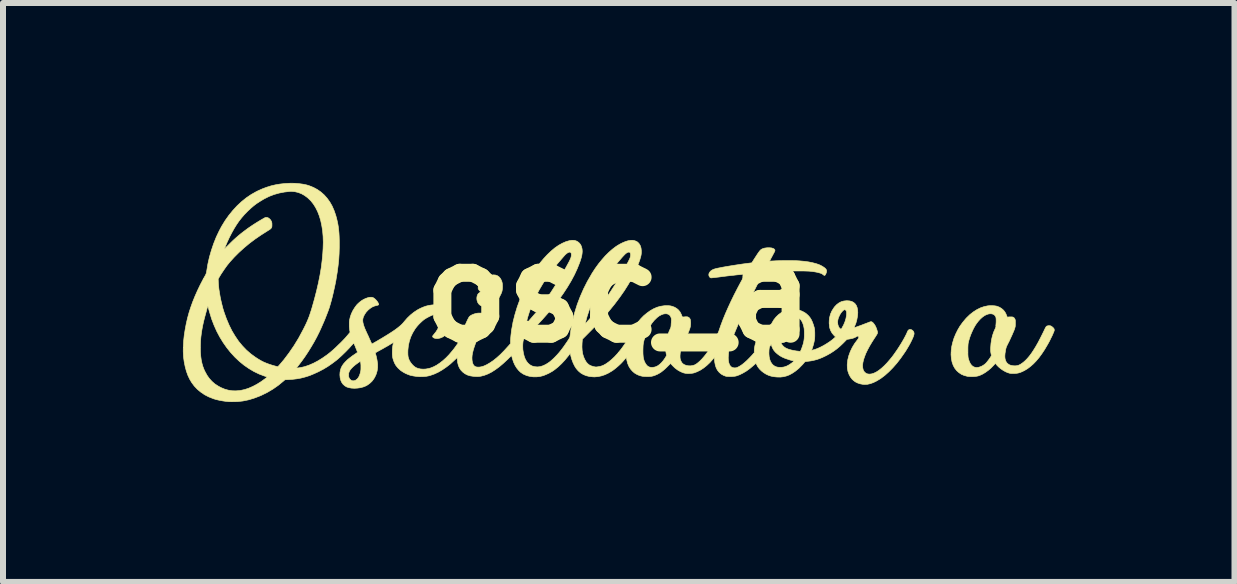
<source format=kicad_pcb>
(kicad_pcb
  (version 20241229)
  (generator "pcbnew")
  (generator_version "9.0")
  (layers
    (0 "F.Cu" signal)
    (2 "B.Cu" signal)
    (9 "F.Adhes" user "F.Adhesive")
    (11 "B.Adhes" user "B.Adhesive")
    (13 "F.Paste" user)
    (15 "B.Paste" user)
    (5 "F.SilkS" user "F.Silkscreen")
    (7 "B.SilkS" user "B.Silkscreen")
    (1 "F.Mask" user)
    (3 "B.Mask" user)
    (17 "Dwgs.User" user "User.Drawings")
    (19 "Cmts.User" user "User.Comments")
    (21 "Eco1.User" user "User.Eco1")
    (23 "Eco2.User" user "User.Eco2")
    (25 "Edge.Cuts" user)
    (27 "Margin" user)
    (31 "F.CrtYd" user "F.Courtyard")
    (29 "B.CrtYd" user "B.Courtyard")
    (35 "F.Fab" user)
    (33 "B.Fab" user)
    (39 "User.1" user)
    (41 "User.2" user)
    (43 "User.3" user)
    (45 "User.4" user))
  (footprint "osc_a"
    (layer "F.Cu")
    (at 7.265 1.825)
    (property "Reference" "osc_a" (at 0 0 0) (layer "F.SilkS") (effects (font (size 1.524 1.524) (thickness 0.3))))
    (attr through_hole)
    (fp_poly (pts (xy -2.053 -0.289) (xy -2.022 -0.278) (xy -1.996 -0.26) (xy -1.974 -0.235) (xy -1.956 -0.203) (xy -1.946 -0.176) (xy -1.942 -0.159) (xy -1.939 -0.142) (xy -1.938 -0.123) (xy -1.937 -0.098) (xy -1.937 -0.097) (xy -1.938 -0.067) (xy -1.941 -0.042) (xy -1.945 -0.019) (xy -1.953 0.003) (xy -1.96 0.022) (xy -1.986 0.073) (xy -2.015 0.118) (xy -2.047 0.156) (xy -2.082 0.188) (xy -2.12 0.212) (xy -2.159 0.229) (xy -2.2 0.238) (xy -2.203 0.238) (xy -2.217 0.238) (xy -2.235 0.237) (xy -2.247 0.236) (xy -2.281 0.228) (xy -2.31 0.214) (xy -2.333 0.193) (xy -2.35 0.167) (xy -2.361 0.134) (xy -2.363 0.124) (xy -2.365 0.093) (xy -2.36 0.061) (xy -2.349 0.033) (xy -2.348 0.032) (xy -2.337 0.017) (xy -2.321 0.006) (xy -2.32 0.006) (xy -2.27 0.006) (xy -2.27 0.006) (xy -2.269 0.012) (xy -2.268 0.022) (xy -2.268 0.026) (xy -2.266 0.047) (xy -2.258 0.067) (xy -2.245 0.084) (xy -2.229 0.096) (xy -2.211 0.101) (xy -2.21 0.101) (xy -2.203 0.1) (xy -2.191 0.095) (xy -2.181 0.091) (xy -2.161 0.079) (xy -2.139 0.061) (xy -2.118 0.039) (xy -2.1 0.017) (xy -2.088 -0.004) (xy -2.078 -0.028) (xy -2.074 -0.05) (xy -2.075 -0.069) (xy -2.08 -0.084) (xy -2.084 -0.088) (xy -2.102 -0.101) (xy -2.122 -0.105) (xy -2.144 -0.102) (xy -2.162 -0.093) (xy -2.171 -0.087) (xy -2.184 -0.076) (xy -2.2 -0.064) (xy -2.216 -0.049) (xy -2.232 -0.035) (xy -2.246 -0.021) (xy -2.259 -0.009) (xy -2.267 0.000458) (xy -2.27 0.006) (xy -2.32 0.006) (xy -2.318 0.004) (xy -2.296 -0.006) (xy -2.313 -0.021) (xy -2.325 -0.034) (xy -2.335 -0.049) (xy -2.338 -0.054) (xy -2.342 -0.065) (xy -2.344 -0.074) (xy -2.342 -0.084) (xy -2.339 -0.095) (xy -2.329 -0.121) (xy -2.312 -0.148) (xy -2.29 -0.177) (xy -2.265 -0.205) (xy -2.237 -0.23) (xy -2.208 -0.251) (xy -2.198 -0.258) (xy -2.159 -0.277) (xy -2.122 -0.289) (xy -2.087 -0.292) (xy -2.053 -0.289)) (stroke (width 0.01) (type solid)) (fill yes) (layer "F.SilkS"))
    (fp_poly (pts (xy 6.241 0.222) (xy 6.27 0.224) (xy 6.295 0.228) (xy 6.308 0.231) (xy 6.349 0.247) (xy 6.386 0.27) (xy 6.418 0.298) (xy 6.441 0.328) (xy 6.448 0.341) (xy 6.457 0.357) (xy 6.464 0.375) (xy 6.471 0.391) (xy 6.476 0.404) (xy 6.477 0.41) (xy 6.481 0.413) (xy 6.489 0.412) (xy 6.498 0.41) (xy 6.513 0.409) (xy 6.531 0.409) (xy 6.537 0.409) (xy 6.56 0.409) (xy 6.577 0.413) (xy 6.589 0.42) (xy 6.599 0.431) (xy 6.606 0.443) (xy 6.61 0.451) (xy 6.612 0.46) (xy 6.614 0.471) (xy 6.614 0.487) (xy 6.614 0.509) (xy 6.614 0.514) (xy 6.614 0.538) (xy 6.613 0.556) (xy 6.612 0.571) (xy 6.608 0.585) (xy 6.604 0.601) (xy 6.601 0.61) (xy 6.594 0.628) (xy 6.585 0.651) (xy 6.572 0.68) (xy 6.559 0.711) (xy 6.543 0.745) (xy 6.528 0.778) (xy 6.513 0.811) (xy 6.498 0.84) (xy 6.485 0.866) (xy 6.482 0.872) (xy 6.473 0.89) (xy 6.466 0.905) (xy 6.461 0.921) (xy 6.456 0.939) (xy 6.451 0.962) (xy 6.45 0.971) (xy 6.442 1.019) (xy 6.439 1.061) (xy 6.441 1.097) (xy 6.448 1.128) (xy 6.459 1.154) (xy 6.475 1.177) (xy 6.488 1.189) (xy 6.508 1.204) (xy 6.532 1.214) (xy 6.561 1.221) (xy 6.576 1.223) (xy 6.61 1.225) (xy 6.641 1.222) (xy 6.67 1.214) (xy 6.7 1.199) (xy 6.732 1.177) (xy 6.747 1.166) (xy 6.78 1.137) (xy 6.814 1.102) (xy 6.849 1.061) (xy 6.884 1.014) (xy 6.919 0.961) (xy 6.956 0.901) (xy 6.994 0.834) (xy 7.033 0.759) (xy 7.074 0.677) (xy 7.103 0.617) (xy 7.112 0.598) (xy 7.121 0.582) (xy 7.128 0.571) (xy 7.133 0.565) (xy 7.144 0.56) (xy 7.161 0.556) (xy 7.179 0.555) (xy 7.196 0.557) (xy 7.202 0.558) (xy 7.218 0.566) (xy 7.234 0.579) (xy 7.249 0.593) (xy 7.259 0.606) (xy 7.263 0.624) (xy 7.263 0.635) (xy 7.26 0.645) (xy 7.254 0.661) (xy 7.245 0.682) (xy 7.234 0.708) (xy 7.221 0.736) (xy 7.206 0.765) (xy 7.192 0.795) (xy 7.177 0.824) (xy 7.162 0.851) (xy 7.15 0.872) (xy 7.103 0.952) (xy 7.056 1.023) (xy 7.009 1.087) (xy 6.962 1.143) (xy 6.915 1.192) (xy 6.866 1.235) (xy 6.817 1.272) (xy 6.766 1.303) (xy 6.735 1.318) (xy 6.701 1.333) (xy 6.669 1.343) (xy 6.638 1.349) (xy 6.603 1.352) (xy 6.579 1.352) (xy 6.555 1.352) (xy 6.537 1.351) (xy 6.523 1.349) (xy 6.509 1.345) (xy 6.493 1.34) (xy 6.488 1.339) (xy 6.449 1.322) (xy 6.41 1.3) (xy 6.372 1.274) (xy 6.337 1.245) (xy 6.308 1.216) (xy 6.303 1.209) (xy 6.293 1.197) (xy 6.286 1.189) (xy 6.282 1.185) (xy 6.282 1.185) (xy 6.278 1.188) (xy 6.27 1.196) (xy 6.259 1.208) (xy 6.248 1.22) (xy 6.206 1.263) (xy 6.161 1.301) (xy 6.114 1.335) (xy 6.067 1.363) (xy 6.021 1.384) (xy 5.994 1.393) (xy 5.97 1.398) (xy 5.941 1.402) (xy 5.909 1.404) (xy 5.875 1.404) (xy 5.844 1.403) (xy 5.817 1.4) (xy 5.812 1.399) (xy 5.76 1.385) (xy 5.713 1.365) (xy 5.672 1.337) (xy 5.635 1.304) (xy 5.604 1.264) (xy 5.579 1.219) (xy 5.561 1.168) (xy 5.558 1.158) (xy 5.547 1.098) (xy 5.542 1.035) (xy 5.545 0.972) (xy 5.823 0.972) (xy 5.823 1.004) (xy 5.823 1.03) (xy 5.824 1.05) (xy 5.825 1.066) (xy 5.826 1.079) (xy 5.828 1.091) (xy 5.831 1.103) (xy 5.833 1.111) (xy 5.847 1.153) (xy 5.864 1.188) (xy 5.885 1.216) (xy 5.909 1.236) (xy 5.937 1.248) (xy 5.965 1.253) (xy 5.975 1.252) (xy 5.99 1.25) (xy 6.001 1.249) (xy 6.03 1.24) (xy 6.06 1.227) (xy 6.089 1.209) (xy 6.11 1.193) (xy 6.125 1.179) (xy 6.142 1.159) (xy 6.161 1.135) (xy 6.179 1.111) (xy 6.195 1.088) (xy 6.204 1.074) (xy 6.215 1.053) (xy 6.208 1.018) (xy 6.205 1.001) (xy 6.203 0.984) (xy 6.202 0.966) (xy 6.202 0.942) (xy 6.203 0.918) (xy 6.208 0.851) (xy 6.218 0.784) (xy 6.233 0.721) (xy 6.253 0.661) (xy 6.276 0.609) (xy 6.283 0.593) (xy 6.288 0.58) (xy 6.291 0.571) (xy 6.29 0.569) (xy 6.289 0.563) (xy 6.289 0.551) (xy 6.291 0.536) (xy 6.291 0.531) (xy 6.293 0.511) (xy 6.294 0.486) (xy 6.294 0.462) (xy 6.294 0.457) (xy 6.293 0.437) (xy 6.291 0.423) (xy 6.289 0.412) (xy 6.284 0.402) (xy 6.28 0.396) (xy 6.265 0.377) (xy 6.245 0.364) (xy 6.22 0.358) (xy 6.207 0.356) (xy 6.174 0.358) (xy 6.14 0.368) (xy 6.104 0.385) (xy 6.068 0.41) (xy 6.033 0.441) (xy 5.998 0.479) (xy 5.967 0.519) (xy 5.942 0.557) (xy 5.917 0.602) (xy 5.894 0.651) (xy 5.872 0.702) (xy 5.853 0.754) (xy 5.838 0.805) (xy 5.831 0.834) (xy 5.828 0.848) (xy 5.826 0.862) (xy 5.825 0.878) (xy 5.824 0.898) (xy 5.823 0.923) (xy 5.823 0.955) (xy 5.823 0.972) (xy 5.545 0.972) (xy 5.545 0.969) (xy 5.554 0.901) (xy 5.57 0.833) (xy 5.591 0.764) (xy 5.619 0.696) (xy 5.652 0.629) (xy 5.69 0.564) (xy 5.734 0.503) (xy 5.782 0.445) (xy 5.802 0.423) (xy 5.858 0.369) (xy 5.916 0.324) (xy 5.974 0.287) (xy 6.033 0.258) (xy 6.094 0.237) (xy 6.155 0.224) (xy 6.181 0.222) (xy 6.211 0.221) (xy 6.241 0.222)) (stroke (width 0.01) (type solid)) (fill yes) (layer "F.SilkS"))
    (fp_poly (pts (xy -5.399 -1.819) (xy -5.329 -1.813) (xy -5.262 -1.804) (xy -5.2 -1.791) (xy -5.159 -1.778) (xy -5.089 -1.75) (xy -5.024 -1.715) (xy -4.964 -1.673) (xy -4.91 -1.625) (xy -4.861 -1.57) (xy -4.817 -1.509) (xy -4.778 -1.441) (xy -4.745 -1.366) (xy -4.717 -1.285) (xy -4.704 -1.238) (xy -4.692 -1.188) (xy -4.682 -1.14) (xy -4.674 -1.092) (xy -4.668 -1.042) (xy -4.663 -0.988) (xy -4.66 -0.93) (xy -4.658 -0.866) (xy -4.658 -0.849) (xy -4.658 -0.746) (xy -4.661 -0.645) (xy -4.667 -0.545) (xy -4.678 -0.443) (xy -4.692 -0.338) (xy -4.71 -0.228) (xy -4.714 -0.201) (xy -4.724 -0.151) (xy -4.735 -0.097) (xy -4.748 -0.039) (xy -4.761 0.019) (xy -4.775 0.077) (xy -4.789 0.132) (xy -4.803 0.182) (xy -4.816 0.226) (xy -4.816 0.229) (xy -4.827 0.262) (xy -4.841 0.302) (xy -4.858 0.346) (xy -4.877 0.395) (xy -4.897 0.446) (xy -4.919 0.498) (xy -4.942 0.55) (xy -4.964 0.6) (xy -4.986 0.648) (xy -4.993 0.663) (xy -5.034 0.745) (xy -5.079 0.828) (xy -5.128 0.911) (xy -5.178 0.992) (xy -5.229 1.069) (xy -5.281 1.142) (xy -5.331 1.208) (xy -5.34 1.219) (xy -5.352 1.235) (xy -5.362 1.247) (xy -5.367 1.257) (xy -5.368 1.261) (xy -5.368 1.261) (xy -5.361 1.261) (xy -5.347 1.26) (xy -5.328 1.257) (xy -5.306 1.253) (xy -5.283 1.249) (xy -5.261 1.244) (xy -5.24 1.239) (xy -5.229 1.236) (xy -5.159 1.212) (xy -5.086 1.18) (xy -5.012 1.141) (xy -4.938 1.095) (xy -4.865 1.044) (xy -4.826 1.014) (xy -4.791 0.985) (xy -4.753 0.952) (xy -4.713 0.915) (xy -4.673 0.876) (xy -4.632 0.837) (xy -4.594 0.798) (xy -4.559 0.761) (xy -4.529 0.726) (xy -4.511 0.705) (xy -4.478 0.665) (xy -4.485 0.628) (xy -4.488 0.601) (xy -4.491 0.569) (xy -4.491 0.535) (xy -4.491 0.502) (xy -4.489 0.473) (xy -4.487 0.461) (xy -4.475 0.41) (xy -4.457 0.357) (xy -4.432 0.305) (xy -4.402 0.256) (xy -4.369 0.211) (xy -4.354 0.195) (xy -4.324 0.167) (xy -4.291 0.141) (xy -4.256 0.119) (xy -4.22 0.102) (xy -4.186 0.09) (xy -4.153 0.082) (xy -4.123 0.081) (xy -4.104 0.084) (xy -4.086 0.092) (xy -4.067 0.106) (xy -4.047 0.125) (xy -4.029 0.146) (xy -4.014 0.167) (xy -4.005 0.187) (xy -4.001 0.198) (xy -4.001 0.204) (xy -4.004 0.208) (xy -4.006 0.209) (xy -4.015 0.213) (xy -4.028 0.217) (xy -4.033 0.218) (xy -4.072 0.228) (xy -4.111 0.245) (xy -4.147 0.269) (xy -4.181 0.298) (xy -4.211 0.331) (xy -4.236 0.368) (xy -4.255 0.406) (xy -4.261 0.425) (xy -4.266 0.448) (xy -4.267 0.473) (xy -4.264 0.5) (xy -4.257 0.531) (xy -4.246 0.566) (xy -4.231 0.605) (xy -4.211 0.651) (xy -4.207 0.658) (xy -4.195 0.686) (xy -4.18 0.717) (xy -4.165 0.75) (xy -4.152 0.781) (xy -4.147 0.79) (xy -4.137 0.813) (xy -4.129 0.832) (xy -4.121 0.847) (xy -4.116 0.856) (xy -4.114 0.859) (xy -4.109 0.857) (xy -4.098 0.851) (xy -4.082 0.842) (xy -4.061 0.83) (xy -4.036 0.816) (xy -4.009 0.8) (xy -3.981 0.783) (xy -3.951 0.766) (xy -3.922 0.748) (xy -3.894 0.731) (xy -3.868 0.715) (xy -3.866 0.714) (xy -3.812 0.68) (xy -3.766 0.65) (xy -3.725 0.622) (xy -3.69 0.596) (xy -3.66 0.572) (xy -3.633 0.549) (xy -3.609 0.526) (xy -3.588 0.503) (xy -3.576 0.488) (xy -3.525 0.429) (xy -3.471 0.377) (xy -3.415 0.332) (xy -3.356 0.293) (xy -3.31 0.268) (xy -3.262 0.247) (xy -3.216 0.23) (xy -3.168 0.218) (xy -3.116 0.21) (xy -3.09 0.208) (xy -3.04 0.205) (xy -2.996 0.208) (xy -2.958 0.216) (xy -2.925 0.23) (xy -2.895 0.249) (xy -2.878 0.265) (xy -2.85 0.299) (xy -2.829 0.339) (xy -2.814 0.382) (xy -2.805 0.43) (xy -2.803 0.479) (xy -2.807 0.53) (xy -2.818 0.583) (xy -2.825 0.605) (xy -2.843 0.649) (xy -2.866 0.686) (xy -2.894 0.716) (xy -2.927 0.74) (xy -2.966 0.758) (xy -2.988 0.764) (xy -3.013 0.769) (xy -3.037 0.769) (xy -3.058 0.767) (xy -3.077 0.761) (xy -3.091 0.753) (xy -3.1 0.743) (xy -3.102 0.731) (xy -3.101 0.728) (xy -3.097 0.721) (xy -3.089 0.711) (xy -3.078 0.698) (xy -3.076 0.695) (xy -3.045 0.656) (xy -3.02 0.616) (xy -3.001 0.575) (xy -2.988 0.534) (xy -2.981 0.494) (xy -2.981 0.456) (xy -2.987 0.427) (xy -2.997 0.401) (xy -3.011 0.382) (xy -3.027 0.369) (xy -3.045 0.363) (xy -3.052 0.363) (xy -3.07 0.367) (xy -3.093 0.374) (xy -3.12 0.385) (xy -3.149 0.398) (xy -3.178 0.413) (xy -3.207 0.429) (xy -3.233 0.445) (xy -3.25 0.457) (xy -3.276 0.479) (xy -3.305 0.506) (xy -3.335 0.536) (xy -3.362 0.567) (xy -3.385 0.596) (xy -3.395 0.61) (xy -3.435 0.676) (xy -3.467 0.744) (xy -3.49 0.814) (xy -3.506 0.886) (xy -3.514 0.962) (xy -3.515 1.001) (xy -3.514 1.041) (xy -3.51 1.076) (xy -3.501 1.107) (xy -3.488 1.138) (xy -3.477 1.156) (xy -3.459 1.182) (xy -3.437 1.208) (xy -3.413 1.231) (xy -3.388 1.249) (xy -3.38 1.254) (xy -3.345 1.268) (xy -3.305 1.277) (xy -3.261 1.28) (xy -3.215 1.278) (xy -3.168 1.269) (xy -3.137 1.261) (xy -3.087 1.241) (xy -3.035 1.214) (xy -2.983 1.179) (xy -2.93 1.138) (xy -2.877 1.09) (xy -2.826 1.037) (xy -2.776 0.978) (xy -2.747 0.942) (xy -2.721 0.907) (xy -2.7 0.877) (xy -2.682 0.852) (xy -2.669 0.831) (xy -2.658 0.812) (xy -2.65 0.795) (xy -2.643 0.78) (xy -2.639 0.767) (xy -2.628 0.73) (xy -2.614 0.691) (xy -2.6 0.65) (xy -2.585 0.61) (xy -2.569 0.57) (xy -2.553 0.532) (xy -2.537 0.496) (xy -2.523 0.465) (xy -2.509 0.438) (xy -2.498 0.417) (xy -2.488 0.403) (xy -2.486 0.401) (xy -2.47 0.388) (xy -2.447 0.375) (xy -2.418 0.363) (xy -2.394 0.355) (xy -2.378 0.351) (xy -2.363 0.348) (xy -2.347 0.346) (xy -2.327 0.345) (xy -2.301 0.345) (xy -2.299 0.345) (xy -2.268 0.345) (xy -2.245 0.347) (xy -2.228 0.349) (xy -2.215 0.354) (xy -2.204 0.36) (xy -2.197 0.366) (xy -2.191 0.373) (xy -2.189 0.38) (xy -2.19 0.389) (xy -2.192 0.399) (xy -2.195 0.412) (xy -2.203 0.432) (xy -2.213 0.458) (xy -2.228 0.492) (xy -2.246 0.532) (xy -2.267 0.58) (xy -2.293 0.636) (xy -2.307 0.667) (xy -2.34 0.738) (xy -2.368 0.803) (xy -2.391 0.862) (xy -2.41 0.916) (xy -2.425 0.965) (xy -2.436 1.009) (xy -2.443 1.049) (xy -2.446 1.086) (xy -2.445 1.12) (xy -2.443 1.141) (xy -2.436 1.176) (xy -2.425 1.203) (xy -2.409 1.224) (xy -2.389 1.238) (xy -2.364 1.245) (xy -2.334 1.246) (xy -2.317 1.245) (xy -2.292 1.241) (xy -2.27 1.235) (xy -2.248 1.228) (xy -2.224 1.217) (xy -2.2 1.206) (xy -2.145 1.174) (xy -2.089 1.136) (xy -2.032 1.09) (xy -1.972 1.036) (xy -1.911 0.974) (xy -1.847 0.904) (xy -1.836 0.892) (xy -1.803 0.854) (xy -1.803 0.824) (xy -1.803 0.805) (xy -1.801 0.779) (xy -1.799 0.749) (xy -1.796 0.716) (xy -1.792 0.683) (xy -1.789 0.652) (xy -1.785 0.624) (xy -1.766 0.524) (xy -1.545 0.524) (xy -1.545 0.525) (xy -1.543 0.524) (xy -1.539 0.52) (xy -1.532 0.512) (xy -1.521 0.501) (xy -1.506 0.485) (xy -1.487 0.463) (xy -1.484 0.459) (xy -1.392 0.353) (xy -1.302 0.24) (xy -1.213 0.12) (xy -1.126 -0.007) (xy -1.039 -0.142) (xy -0.953 -0.285) (xy -0.877 -0.419) (xy -0.855 -0.459) (xy -0.837 -0.492) (xy -0.822 -0.52) (xy -0.811 -0.544) (xy -0.802 -0.563) (xy -0.796 -0.58) (xy -0.792 -0.594) (xy -0.79 -0.608) (xy -0.788 -0.619) (xy -0.789 -0.642) (xy -0.794 -0.659) (xy -0.804 -0.669) (xy -0.817 -0.672) (xy -0.834 -0.668) (xy -0.855 -0.657) (xy -0.878 -0.639) (xy -0.888 -0.63) (xy -0.898 -0.62) (xy -0.912 -0.604) (xy -0.93 -0.583) (xy -0.951 -0.559) (xy -0.974 -0.532) (xy -0.999 -0.503) (xy -1.024 -0.474) (xy -1.048 -0.444) (xy -1.072 -0.415) (xy -1.094 -0.389) (xy -1.113 -0.365) (xy -1.128 -0.345) (xy -1.133 -0.339) (xy -1.202 -0.242) (xy -1.266 -0.142) (xy -1.326 -0.04) (xy -1.38 0.064) (xy -1.428 0.168) (xy -1.469 0.271) (xy -1.488 0.323) (xy -1.494 0.343) (xy -1.502 0.367) (xy -1.51 0.393) (xy -1.518 0.42) (xy -1.525 0.447) (xy -1.532 0.472) (xy -1.538 0.493) (xy -1.542 0.51) (xy -1.545 0.521) (xy -1.545 0.524) (xy -1.766 0.524) (xy -1.762 0.498) (xy -1.73 0.371) (xy -1.691 0.242) (xy -1.644 0.113) (xy -1.589 -0.016) (xy -1.552 -0.095) (xy -1.504 -0.188) (xy -1.456 -0.274) (xy -1.408 -0.353) (xy -1.359 -0.426) (xy -1.307 -0.495) (xy -1.253 -0.56) (xy -1.196 -0.622) (xy -1.186 -0.632) (xy -1.124 -0.691) (xy -1.063 -0.742) (xy -1.001 -0.785) (xy -0.94 -0.819) (xy -0.878 -0.846) (xy -0.864 -0.85) (xy -0.819 -0.863) (xy -0.779 -0.869) (xy -0.743 -0.868) (xy -0.71 -0.859) (xy -0.681 -0.844) (xy -0.655 -0.822) (xy -0.652 -0.819) (xy -0.634 -0.795) (xy -0.621 -0.767) (xy -0.612 -0.735) (xy -0.609 -0.716) (xy -0.607 -0.686) (xy -0.609 -0.654) (xy -0.614 -0.619) (xy -0.623 -0.581) (xy -0.636 -0.537) (xy -0.65 -0.497) (xy -0.69 -0.397) (xy -0.737 -0.295) (xy -0.792 -0.192) (xy -0.854 -0.088) (xy -0.924 0.019) (xy -1.001 0.127) (xy -1.087 0.236) (xy -1.18 0.348) (xy -1.281 0.462) (xy -1.39 0.578) (xy -1.488 0.677) (xy -1.511 0.7) (xy -1.532 0.722) (xy -1.551 0.742) (xy -1.566 0.759) (xy -1.578 0.772) (xy -1.584 0.78) (xy -1.584 0.781) (xy -1.589 0.796) (xy -1.594 0.818) (xy -1.597 0.845) (xy -1.599 0.875) (xy -1.599 0.906) (xy -1.598 0.938) (xy -1.597 0.956) (xy -1.588 1.013) (xy -1.575 1.064) (xy -1.558 1.11) (xy -1.536 1.149) (xy -1.51 1.181) (xy -1.48 1.207) (xy -1.446 1.226) (xy -1.441 1.228) (xy -1.398 1.239) (xy -1.354 1.243) (xy -1.309 1.238) (xy -1.264 1.224) (xy -1.218 1.203) (xy -1.208 1.197) (xy -1.176 1.177) (xy -1.145 1.155) (xy -1.116 1.13) (xy -1.085 1.102) (xy -1.06 1.077) (xy -1.023 1.038) (xy -0.988 0.998) (xy -0.953 0.954) (xy -0.917 0.906) (xy -0.879 0.851) (xy -0.866 0.833) (xy -0.849 0.807) (xy -0.836 0.787) (xy -0.826 0.771) (xy -0.82 0.759) (xy -0.815 0.75) (xy -0.813 0.742) (xy -0.811 0.733) (xy -0.811 0.729) (xy -0.793 0.598) (xy -0.778 0.521) (xy -0.557 0.521) (xy -0.555 0.521) (xy -0.551 0.517) (xy -0.544 0.51) (xy -0.533 0.499) (xy -0.519 0.483) (xy -0.5 0.462) (xy -0.477 0.435) (xy -0.464 0.421) (xy -0.416 0.366) (xy -0.37 0.311) (xy -0.326 0.255) (xy -0.282 0.197) (xy -0.237 0.135) (xy -0.191 0.07) (xy -0.143 -0.001) (xy -0.109 -0.053) (xy -0.082 -0.095) (xy -0.054 -0.139) (xy -0.026 -0.186) (xy 0.003 -0.233) (xy 0.031 -0.28) (xy 0.058 -0.327) (xy 0.084 -0.373) (xy 0.109 -0.416) (xy 0.131 -0.457) (xy 0.15 -0.493) (xy 0.167 -0.526) (xy 0.18 -0.552) (xy 0.189 -0.573) (xy 0.191 -0.58) (xy 0.197 -0.602) (xy 0.199 -0.624) (xy 0.198 -0.644) (xy 0.193 -0.658) (xy 0.19 -0.663) (xy 0.18 -0.671) (xy 0.169 -0.672) (xy 0.155 -0.669) (xy 0.145 -0.665) (xy 0.135 -0.659) (xy 0.123 -0.651) (xy 0.11 -0.64) (xy 0.095 -0.625) (xy 0.077 -0.606) (xy 0.055 -0.582) (xy 0.03 -0.553) (xy 0.000036 -0.518) (xy -0.01 -0.506) (xy -0.063 -0.442) (xy -0.11 -0.383) (xy -0.153 -0.328) (xy -0.192 -0.275) (xy -0.228 -0.223) (xy -0.262 -0.171) (xy -0.294 -0.118) (xy -0.326 -0.063) (xy -0.34 -0.039) (xy -0.397 0.071) (xy -0.446 0.18) (xy -0.489 0.289) (xy -0.526 0.4) (xy -0.556 0.515) (xy -0.557 0.519) (xy -0.557 0.521) (xy -0.778 0.521) (xy -0.767 0.466) (xy -0.732 0.333) (xy -0.691 0.202) (xy -0.641 0.071) (xy -0.585 -0.057) (xy -0.522 -0.182) (xy -0.451 -0.305) (xy -0.443 -0.319) (xy -0.391 -0.399) (xy -0.336 -0.475) (xy -0.279 -0.545) (xy -0.222 -0.61) (xy -0.163 -0.668) (xy -0.104 -0.72) (xy -0.046 -0.764) (xy -0.017 -0.783) (xy 0.028 -0.809) (xy 0.073 -0.831) (xy 0.117 -0.849) (xy 0.158 -0.861) (xy 0.196 -0.868) (xy 0.23 -0.869) (xy 0.241 -0.868) (xy 0.263 -0.863) (xy 0.286 -0.855) (xy 0.306 -0.845) (xy 0.32 -0.835) (xy 0.344 -0.808) (xy 0.362 -0.776) (xy 0.373 -0.739) (xy 0.378 -0.696) (xy 0.378 -0.684) (xy 0.378 -0.659) (xy 0.376 -0.636) (xy 0.372 -0.613) (xy 0.366 -0.589) (xy 0.357 -0.559) (xy 0.353 -0.544) (xy 0.317 -0.445) (xy 0.273 -0.344) (xy 0.222 -0.24) (xy 0.162 -0.135) (xy 0.094 -0.027) (xy 0.017 0.083) (xy -0.067 0.195) (xy -0.16 0.309) (xy -0.26 0.425) (xy -0.306 0.476) (xy -0.32 0.491) (xy -0.338 0.51) (xy -0.361 0.534) (xy -0.387 0.56) (xy -0.414 0.588) (xy -0.443 0.618) (xy -0.473 0.648) (xy -0.479 0.654) (xy -0.605 0.781) (xy -0.61 0.845) (xy -0.612 0.908) (xy -0.609 0.966) (xy -0.601 1.02) (xy -0.586 1.071) (xy -0.567 1.115) (xy -0.545 1.154) (xy -0.52 1.185) (xy -0.491 1.209) (xy -0.456 1.226) (xy -0.416 1.238) (xy -0.411 1.239) (xy -0.394 1.242) (xy -0.38 1.244) (xy -0.366 1.243) (xy -0.35 1.241) (xy -0.338 1.239) (xy -0.305 1.233) (xy -0.277 1.224) (xy -0.25 1.213) (xy -0.221 1.196) (xy -0.214 1.193) (xy -0.167 1.16) (xy -0.119 1.121) (xy -0.07 1.075) (xy -0.021 1.022) (xy 0.026 0.965) (xy 0.405 0.965) (xy 0.405 1.002) (xy 0.406 1.032) (xy 0.408 1.057) (xy 0.41 1.079) (xy 0.414 1.099) (xy 0.419 1.12) (xy 0.423 1.134) (xy 0.433 1.159) (xy 0.447 1.185) (xy 0.463 1.208) (xy 0.48 1.227) (xy 0.484 1.229) (xy 0.507 1.243) (xy 0.535 1.25) (xy 0.567 1.251) (xy 0.6 1.245) (xy 0.615 1.241) (xy 0.648 1.226) (xy 0.681 1.203) (xy 0.713 1.173) (xy 0.744 1.137) (xy 0.773 1.096) (xy 0.788 1.071) (xy 0.799 1.052) (xy 0.791 1.014) (xy 0.786 0.979) (xy 0.785 0.937) (xy 0.787 0.892) (xy 0.792 0.843) (xy 0.8 0.794) (xy 0.811 0.744) (xy 0.824 0.697) (xy 0.84 0.653) (xy 0.856 0.616) (xy 0.865 0.596) (xy 0.871 0.58) (xy 0.873 0.564) (xy 0.874 0.557) (xy 0.875 0.541) (xy 0.876 0.52) (xy 0.878 0.498) (xy 0.878 0.489) (xy 0.88 0.467) (xy 0.88 0.45) (xy 0.878 0.436) (xy 0.875 0.422) (xy 0.874 0.421) (xy 0.863 0.396) (xy 0.847 0.377) (xy 0.826 0.364) (xy 0.802 0.357) (xy 0.775 0.356) (xy 0.745 0.361) (xy 0.713 0.373) (xy 0.68 0.39) (xy 0.647 0.414) (xy 0.637 0.423) (xy 0.593 0.466) (xy 0.553 0.516) (xy 0.516 0.573) (xy 0.483 0.636) (xy 0.454 0.704) (xy 0.442 0.738) (xy 0.43 0.775) (xy 0.421 0.807) (xy 0.415 0.835) (xy 0.41 0.862) (xy 0.407 0.891) (xy 0.406 0.923) (xy 0.405 0.961) (xy 0.405 0.965) (xy 0.026 0.965) (xy 0.026 0.965) (xy 0.028 0.963) (xy 0.059 0.922) (xy 0.09 0.878) (xy 0.121 0.832) (xy 0.15 0.786) (xy 0.176 0.743) (xy 0.198 0.703) (xy 0.209 0.682) (xy 0.247 0.611) (xy 0.286 0.546) (xy 0.327 0.489) (xy 0.371 0.437) (xy 0.418 0.389) (xy 0.47 0.346) (xy 0.524 0.307) (xy 0.581 0.274) (xy 0.638 0.249) (xy 0.696 0.232) (xy 0.757 0.223) (xy 0.779 0.221) (xy 0.821 0.221) (xy 0.858 0.224) (xy 0.892 0.232) (xy 0.924 0.244) (xy 0.932 0.247) (xy 0.969 0.269) (xy 0.999 0.295) (xy 1.024 0.327) (xy 1.044 0.366) (xy 1.05 0.381) (xy 1.057 0.398) (xy 1.063 0.409) (xy 1.068 0.411) (xy 1.074 0.41) (xy 1.087 0.409) (xy 1.103 0.408) (xy 1.11 0.407) (xy 1.128 0.407) (xy 1.141 0.407) (xy 1.151 0.409) (xy 1.16 0.413) (xy 1.164 0.415) (xy 1.178 0.425) (xy 1.188 0.438) (xy 1.195 0.454) (xy 1.198 0.476) (xy 1.2 0.504) (xy 1.2 0.512) (xy 1.199 0.538) (xy 1.197 0.558) (xy 1.194 0.577) (xy 1.188 0.597) (xy 1.188 0.599) (xy 1.18 0.621) (xy 1.17 0.649) (xy 1.156 0.681) (xy 1.14 0.718) (xy 1.122 0.756) (xy 1.104 0.796) (xy 1.084 0.835) (xy 1.079 0.845) (xy 1.064 0.874) (xy 1.053 0.899) (xy 1.045 0.921) (xy 1.038 0.944) (xy 1.033 0.969) (xy 1.029 0.999) (xy 1.026 1.016) (xy 1.023 1.058) (xy 1.024 1.095) (xy 1.031 1.127) (xy 1.044 1.155) (xy 1.058 1.177) (xy 1.078 1.195) (xy 1.103 1.209) (xy 1.133 1.219) (xy 1.165 1.224) (xy 1.199 1.225) (xy 1.232 1.22) (xy 1.264 1.211) (xy 1.267 1.209) (xy 1.293 1.195) (xy 1.322 1.173) (xy 1.353 1.146) (xy 1.385 1.114) (xy 1.417 1.078) (xy 1.449 1.039) (xy 1.48 0.997) (xy 1.497 0.971) (xy 1.515 0.943) (xy 1.534 0.91) (xy 1.554 0.875) (xy 1.575 0.838) (xy 1.595 0.8) (xy 1.615 0.763) (xy 1.633 0.728) (xy 1.648 0.696) (xy 1.661 0.668) (xy 1.671 0.645) (xy 1.674 0.635) (xy 1.704 0.548) (xy 1.739 0.455) (xy 1.779 0.357) (xy 1.824 0.255) (xy 1.872 0.151) (xy 1.924 0.044) (xy 1.98 -0.065) (xy 2.038 -0.174) (xy 2.067 -0.226) (xy 2.079 -0.249) (xy 2.09 -0.269) (xy 2.099 -0.285) (xy 2.105 -0.297) (xy 2.107 -0.303) (xy 2.107 -0.303) (xy 2.102 -0.304) (xy 2.09 -0.303) (xy 2.07 -0.302) (xy 2.045 -0.299) (xy 2.016 -0.296) (xy 1.981 -0.293) (xy 1.944 -0.289) (xy 1.904 -0.284) (xy 1.863 -0.28) (xy 1.82 -0.275) (xy 1.778 -0.27) (xy 1.737 -0.265) (xy 1.714 -0.262) (xy 1.672 -0.256) (xy 1.636 -0.252) (xy 1.608 -0.248) (xy 1.585 -0.246) (xy 1.568 -0.244) (xy 1.555 -0.243) (xy 1.546 -0.242) (xy 1.54 -0.242) (xy 1.535 -0.243) (xy 1.532 -0.244) (xy 1.529 -0.245) (xy 1.529 -0.245) (xy 1.517 -0.256) (xy 1.508 -0.271) (xy 1.503 -0.289) (xy 1.503 -0.294) (xy 1.507 -0.317) (xy 1.519 -0.338) (xy 1.537 -0.358) (xy 1.562 -0.375) (xy 1.583 -0.385) (xy 1.599 -0.39) (xy 1.623 -0.397) (xy 1.654 -0.404) (xy 1.692 -0.411) (xy 1.735 -0.42) (xy 1.782 -0.428) (xy 1.834 -0.437) (xy 1.889 -0.446) (xy 1.946 -0.455) (xy 2.006 -0.464) (xy 2.066 -0.473) (xy 2.089 -0.476) (xy 2.22 -0.493) (xy 2.269 -0.57) (xy 2.294 -0.608) (xy 2.314 -0.639) (xy 2.332 -0.665) (xy 2.346 -0.684) (xy 2.358 -0.699) (xy 2.368 -0.709) (xy 2.376 -0.715) (xy 2.376 -0.716) (xy 2.402 -0.729) (xy 2.432 -0.738) (xy 2.467 -0.743) (xy 2.481 -0.744) (xy 2.518 -0.744) (xy 2.55 -0.741) (xy 2.575 -0.733) (xy 2.593 -0.723) (xy 2.604 -0.709) (xy 2.605 -0.706) (xy 2.606 -0.702) (xy 2.605 -0.696) (xy 2.603 -0.688) (xy 2.598 -0.677) (xy 2.59 -0.661) (xy 2.579 -0.641) (xy 2.565 -0.614) (xy 2.562 -0.609) (xy 2.549 -0.584) (xy 2.537 -0.563) (xy 2.528 -0.544) (xy 2.521 -0.531) (xy 2.517 -0.523) (xy 2.517 -0.522) (xy 2.521 -0.521) (xy 2.532 -0.522) (xy 2.55 -0.523) (xy 2.571 -0.524) (xy 2.593 -0.525) (xy 2.625 -0.527) (xy 2.663 -0.528) (xy 2.705 -0.529) (xy 2.75 -0.53) (xy 2.797 -0.53) (xy 2.844 -0.53) (xy 2.889 -0.53) (xy 2.932 -0.529) (xy 2.97 -0.528) (xy 3.002 -0.526) (xy 3.018 -0.525) (xy 3.096 -0.518) (xy 3.168 -0.508) (xy 3.232 -0.495) (xy 3.29 -0.48) (xy 3.337 -0.464) (xy 3.367 -0.451) (xy 3.396 -0.435) (xy 3.421 -0.419) (xy 3.442 -0.403) (xy 3.456 -0.388) (xy 3.461 -0.38) (xy 3.467 -0.361) (xy 3.465 -0.338) (xy 3.456 -0.312) (xy 3.448 -0.297) (xy 3.44 -0.286) (xy 3.431 -0.282) (xy 3.422 -0.286) (xy 3.414 -0.292) (xy 3.401 -0.302) (xy 3.387 -0.311) (xy 3.371 -0.318) (xy 3.349 -0.325) (xy 3.347 -0.325) (xy 3.314 -0.334) (xy 3.273 -0.342) (xy 3.223 -0.349) (xy 3.194 -0.352) (xy 3.175 -0.354) (xy 3.148 -0.355) (xy 3.116 -0.356) (xy 3.078 -0.357) (xy 3.036 -0.357) (xy 2.992 -0.357) (xy 2.946 -0.357) (xy 2.9 -0.357) (xy 2.854 -0.356) (xy 2.81 -0.356) (xy 2.77 -0.355) (xy 2.733 -0.353) (xy 2.705 -0.352) (xy 2.652 -0.349) (xy 2.603 -0.346) (xy 2.559 -0.343) (xy 2.519 -0.341) (xy 2.486 -0.338) (xy 2.458 -0.336) (xy 2.437 -0.334) (xy 2.423 -0.332) (xy 2.417 -0.331) (xy 2.417 -0.331) (xy 2.413 -0.326) (xy 2.407 -0.314) (xy 2.397 -0.296) (xy 2.385 -0.273) (xy 2.37 -0.244) (xy 2.354 -0.213) (xy 2.336 -0.177) (xy 2.316 -0.14) (xy 2.296 -0.1) (xy 2.276 -0.06) (xy 2.256 -0.02) (xy 2.247 -0.002) (xy 2.187 0.118) (xy 2.133 0.23) (xy 2.083 0.336) (xy 2.037 0.434) (xy 1.996 0.526) (xy 1.96 0.61) (xy 1.928 0.687) (xy 1.901 0.758) (xy 1.878 0.821) (xy 1.86 0.878) (xy 1.847 0.927) (xy 1.842 0.948) (xy 1.836 0.981) (xy 1.832 1.017) (xy 1.829 1.053) (xy 1.827 1.087) (xy 1.828 1.117) (xy 1.829 1.132) (xy 1.836 1.171) (xy 1.847 1.203) (xy 1.862 1.227) (xy 1.88 1.244) (xy 1.903 1.255) (xy 1.93 1.259) (xy 1.935 1.259) (xy 1.951 1.258) (xy 1.965 1.256) (xy 1.98 1.25) (xy 1.995 1.243) (xy 2.027 1.225) (xy 2.062 1.201) (xy 2.1 1.17) (xy 2.14 1.134) (xy 2.182 1.092) (xy 2.221 1.051) (xy 2.249 1.019) (xy 2.505 1.019) (xy 2.509 1.07) (xy 2.518 1.114) (xy 2.532 1.153) (xy 2.552 1.186) (xy 2.576 1.212) (xy 2.605 1.232) (xy 2.639 1.245) (xy 2.677 1.25) (xy 2.711 1.25) (xy 2.731 1.248) (xy 2.751 1.245) (xy 2.764 1.242) (xy 2.804 1.228) (xy 2.845 1.206) (xy 2.888 1.176) (xy 2.908 1.159) (xy 2.926 1.144) (xy 2.91 1.141) (xy 2.895 1.137) (xy 2.874 1.132) (xy 2.85 1.125) (xy 2.824 1.116) (xy 2.799 1.108) (xy 2.776 1.1) (xy 2.766 1.096) (xy 2.724 1.077) (xy 2.684 1.054) (xy 2.648 1.027) (xy 2.616 0.999) (xy 2.59 0.969) (xy 2.573 0.942) (xy 2.564 0.924) (xy 2.556 0.905) (xy 2.551 0.89) (xy 2.543 0.867) (xy 2.533 0.881) (xy 2.523 0.896) (xy 2.516 0.909) (xy 2.512 0.923) (xy 2.509 0.942) (xy 2.507 0.963) (xy 2.505 1.019) (xy 2.249 1.019) (xy 2.261 1.007) (xy 2.261 0.976) (xy 2.264 0.928) (xy 2.274 0.877) (xy 2.289 0.826) (xy 2.309 0.776) (xy 2.333 0.729) (xy 2.347 0.708) (xy 2.683 0.708) (xy 2.686 0.744) (xy 2.692 0.789) (xy 2.701 0.827) (xy 2.715 0.859) (xy 2.734 0.886) (xy 2.758 0.909) (xy 2.776 0.922) (xy 2.803 0.936) (xy 2.836 0.949) (xy 2.876 0.96) (xy 2.921 0.97) (xy 2.971 0.978) (xy 2.985 0.979) (xy 3.029 0.985) (xy 3.038 0.967) (xy 3.043 0.956) (xy 3.05 0.939) (xy 3.057 0.919) (xy 3.062 0.905) (xy 3.075 0.866) (xy 3.084 0.832) (xy 3.09 0.799) (xy 3.094 0.766) (xy 3.096 0.729) (xy 3.096 0.694) (xy 3.096 0.663) (xy 3.095 0.637) (xy 3.094 0.616) (xy 3.092 0.598) (xy 3.088 0.579) (xy 3.087 0.572) (xy 3.074 0.526) (xy 3.057 0.487) (xy 3.036 0.455) (xy 3.01 0.43) (xy 2.983 0.413) (xy 2.958 0.403) (xy 2.932 0.397) (xy 2.904 0.394) (xy 2.873 0.394) (xy 2.838 0.398) (xy 2.809 0.406) (xy 2.783 0.419) (xy 2.758 0.439) (xy 2.75 0.447) (xy 2.725 0.472) (xy 2.782 0.475) (xy 2.804 0.476) (xy 2.824 0.478) (xy 2.839 0.479) (xy 2.848 0.481) (xy 2.849 0.482) (xy 2.862 0.491) (xy 2.876 0.506) (xy 2.89 0.527) (xy 2.904 0.552) (xy 2.916 0.579) (xy 2.926 0.606) (xy 2.933 0.633) (xy 2.937 0.657) (xy 2.937 0.672) (xy 2.936 0.688) (xy 2.86 0.686) (xy 2.821 0.686) (xy 2.789 0.687) (xy 2.762 0.689) (xy 2.738 0.693) (xy 2.715 0.698) (xy 2.706 0.701) (xy 2.683 0.708) (xy 2.347 0.708) (xy 2.352 0.7) (xy 2.384 0.66) (xy 2.421 0.622) (xy 2.462 0.586) (xy 2.503 0.557) (xy 2.517 0.548) (xy 2.533 0.538) (xy 2.543 0.53) (xy 2.551 0.519) (xy 2.558 0.506) (xy 2.587 0.457) (xy 2.623 0.412) (xy 2.663 0.373) (xy 2.709 0.339) (xy 2.758 0.313) (xy 2.809 0.294) (xy 2.811 0.294) (xy 2.831 0.29) (xy 2.858 0.287) (xy 2.888 0.286) (xy 2.92 0.286) (xy 2.95 0.287) (xy 2.978 0.289) (xy 3 0.293) (xy 3.004 0.294) (xy 3.035 0.304) (xy 3.069 0.319) (xy 3.1 0.336) (xy 3.126 0.353) (xy 3.127 0.355) (xy 3.159 0.383) (xy 3.187 0.415) (xy 3.21 0.451) (xy 3.23 0.493) (xy 3.247 0.54) (xy 3.261 0.586) (xy 3.264 0.602) (xy 3.267 0.616) (xy 3.268 0.632) (xy 3.269 0.65) (xy 3.27 0.673) (xy 3.27 0.701) (xy 3.27 0.73) (xy 3.269 0.752) (xy 3.268 0.77) (xy 3.266 0.787) (xy 3.263 0.803) (xy 3.259 0.822) (xy 3.258 0.827) (xy 3.251 0.856) (xy 3.243 0.886) (xy 3.234 0.915) (xy 3.226 0.94) (xy 3.219 0.958) (xy 3.218 0.963) (xy 3.221 0.965) (xy 3.23 0.963) (xy 3.272 0.952) (xy 3.319 0.934) (xy 3.367 0.912) (xy 3.417 0.886) (xy 3.467 0.856) (xy 3.516 0.824) (xy 3.562 0.79) (xy 3.598 0.759) (xy 3.616 0.743) (xy 3.587 0.713) (xy 3.558 0.678) (xy 3.535 0.637) (xy 3.52 0.595) (xy 3.515 0.569) (xy 3.512 0.538) (xy 3.51 0.508) (xy 3.651 0.508) (xy 3.651 0.514) (xy 3.656 0.54) (xy 3.664 0.565) (xy 3.675 0.586) (xy 3.687 0.6) (xy 3.691 0.603) (xy 3.701 0.61) (xy 3.707 0.613) (xy 3.708 0.614) (xy 3.712 0.611) (xy 3.718 0.602) (xy 3.724 0.592) (xy 3.752 0.54) (xy 3.774 0.487) (xy 3.79 0.434) (xy 3.799 0.383) (xy 3.8 0.368) (xy 3.801 0.339) (xy 3.798 0.318) (xy 3.791 0.302) (xy 3.782 0.294) (xy 3.771 0.289) (xy 3.758 0.291) (xy 3.745 0.3) (xy 3.734 0.31) (xy 3.71 0.338) (xy 3.689 0.371) (xy 3.672 0.406) (xy 3.659 0.441) (xy 3.652 0.476) (xy 3.651 0.508) (xy 3.51 0.508) (xy 3.51 0.504) (xy 3.511 0.469) (xy 3.514 0.437) (xy 3.517 0.419) (xy 3.532 0.362) (xy 3.555 0.31) (xy 3.585 0.262) (xy 3.601 0.24) (xy 3.635 0.204) (xy 3.671 0.177) (xy 3.71 0.156) (xy 3.753 0.144) (xy 3.8 0.139) (xy 3.808 0.139) (xy 3.849 0.142) (xy 3.886 0.151) (xy 3.917 0.167) (xy 3.942 0.189) (xy 3.962 0.217) (xy 3.976 0.252) (xy 3.984 0.292) (xy 3.987 0.338) (xy 3.983 0.389) (xy 3.982 0.398) (xy 3.971 0.457) (xy 3.956 0.512) (xy 3.939 0.554) (xy 3.932 0.569) (xy 3.928 0.58) (xy 3.926 0.587) (xy 3.926 0.587) (xy 3.931 0.587) (xy 3.943 0.584) (xy 3.96 0.578) (xy 3.982 0.571) (xy 4.008 0.561) (xy 4.037 0.551) (xy 4.068 0.539) (xy 4.099 0.527) (xy 4.109 0.523) (xy 4.134 0.514) (xy 4.157 0.505) (xy 4.177 0.497) (xy 4.192 0.492) (xy 4.2 0.489) (xy 4.201 0.489) (xy 4.215 0.489) (xy 4.231 0.497) (xy 4.247 0.512) (xy 4.263 0.533) (xy 4.279 0.558) (xy 4.293 0.588) (xy 4.303 0.615) (xy 4.309 0.635) (xy 4.314 0.651) (xy 4.316 0.664) (xy 4.316 0.676) (xy 4.312 0.688) (xy 4.305 0.702) (xy 4.294 0.719) (xy 4.28 0.742) (xy 4.27 0.756) (xy 4.225 0.826) (xy 4.185 0.893) (xy 4.151 0.956) (xy 4.122 1.016) (xy 4.1 1.072) (xy 4.083 1.124) (xy 4.072 1.172) (xy 4.067 1.215) (xy 4.069 1.253) (xy 4.076 1.287) (xy 4.089 1.315) (xy 4.109 1.337) (xy 4.13 1.352) (xy 4.153 1.36) (xy 4.182 1.363) (xy 4.183 1.363) (xy 4.218 1.359) (xy 4.256 1.347) (xy 4.297 1.327) (xy 4.339 1.3) (xy 4.383 1.265) (xy 4.429 1.223) (xy 4.477 1.173) (xy 4.526 1.116) (xy 4.554 1.082) (xy 4.585 1.041) (xy 4.616 0.997) (xy 4.648 0.951) (xy 4.679 0.903) (xy 4.709 0.855) (xy 4.737 0.808) (xy 4.762 0.764) (xy 4.784 0.722) (xy 4.802 0.686) (xy 4.811 0.664) (xy 4.821 0.642) (xy 4.832 0.628) (xy 4.845 0.62) (xy 4.861 0.618) (xy 4.862 0.618) (xy 4.881 0.622) (xy 4.899 0.633) (xy 4.914 0.648) (xy 4.923 0.667) (xy 4.926 0.688) (xy 4.925 0.696) (xy 4.92 0.717) (xy 4.91 0.745) (xy 4.896 0.777) (xy 4.879 0.813) (xy 4.859 0.852) (xy 4.837 0.892) (xy 4.812 0.934) (xy 4.787 0.975) (xy 4.767 1.005) (xy 4.702 1.098) (xy 4.637 1.182) (xy 4.571 1.257) (xy 4.505 1.324) (xy 4.439 1.383) (xy 4.373 1.433) (xy 4.356 1.444) (xy 4.299 1.478) (xy 4.246 1.504) (xy 4.195 1.522) (xy 4.146 1.533) (xy 4.099 1.535) (xy 4.071 1.533) (xy 4.023 1.524) (xy 3.98 1.509) (xy 3.943 1.49) (xy 3.91 1.464) (xy 3.893 1.448) (xy 3.863 1.409) (xy 3.84 1.365) (xy 3.823 1.318) (xy 3.813 1.266) (xy 3.811 1.211) (xy 3.812 1.194) (xy 3.82 1.125) (xy 3.837 1.056) (xy 3.862 0.987) (xy 3.894 0.92) (xy 3.934 0.854) (xy 3.975 0.799) (xy 3.991 0.777) (xy 4.001 0.759) (xy 4.004 0.746) (xy 4.002 0.736) (xy 4.001 0.734) (xy 3.993 0.729) (xy 3.983 0.729) (xy 3.969 0.735) (xy 3.96 0.741) (xy 3.933 0.755) (xy 3.902 0.766) (xy 3.866 0.774) (xy 3.848 0.777) (xy 3.805 0.784) (xy 3.739 0.851) (xy 3.687 0.9) (xy 3.637 0.942) (xy 3.585 0.98) (xy 3.531 1.015) (xy 3.47 1.049) (xy 3.45 1.059) (xy 3.398 1.084) (xy 3.349 1.104) (xy 3.303 1.12) (xy 3.256 1.132) (xy 3.207 1.142) (xy 3.154 1.149) (xy 3.131 1.152) (xy 3.116 1.155) (xy 3.106 1.158) (xy 3.101 1.162) (xy 3.1 1.163) (xy 3.088 1.178) (xy 3.071 1.198) (xy 3.051 1.219) (xy 3.03 1.24) (xy 3.011 1.26) (xy 2.993 1.276) (xy 2.993 1.276) (xy 2.942 1.317) (xy 2.892 1.35) (xy 2.844 1.376) (xy 2.796 1.394) (xy 2.747 1.406) (xy 2.697 1.412) (xy 2.644 1.411) (xy 2.628 1.41) (xy 2.592 1.406) (xy 2.561 1.401) (xy 2.533 1.394) (xy 2.504 1.384) (xy 2.497 1.382) (xy 2.457 1.363) (xy 2.417 1.338) (xy 2.38 1.309) (xy 2.348 1.277) (xy 2.321 1.242) (xy 2.308 1.218) (xy 2.289 1.182) (xy 2.248 1.218) (xy 2.188 1.269) (xy 2.129 1.312) (xy 2.071 1.346) (xy 2.015 1.374) (xy 1.959 1.394) (xy 1.958 1.394) (xy 1.938 1.398) (xy 1.911 1.401) (xy 1.882 1.403) (xy 1.851 1.403) (xy 1.823 1.402) (xy 1.798 1.4) (xy 1.786 1.398) (xy 1.747 1.383) (xy 1.71 1.362) (xy 1.677 1.334) (xy 1.65 1.301) (xy 1.637 1.279) (xy 1.622 1.246) (xy 1.61 1.206) (xy 1.602 1.163) (xy 1.598 1.129) (xy 1.595 1.086) (xy 1.575 1.109) (xy 1.523 1.168) (xy 1.469 1.219) (xy 1.415 1.262) (xy 1.361 1.297) (xy 1.306 1.324) (xy 1.255 1.343) (xy 1.223 1.349) (xy 1.187 1.352) (xy 1.151 1.353) (xy 1.116 1.35) (xy 1.086 1.343) (xy 1.084 1.343) (xy 1.032 1.322) (xy 0.983 1.294) (xy 0.937 1.259) (xy 0.902 1.225) (xy 0.865 1.185) (xy 0.81 1.24) (xy 0.774 1.275) (xy 0.74 1.304) (xy 0.708 1.329) (xy 0.676 1.349) (xy 0.643 1.367) (xy 0.642 1.367) (xy 0.61 1.381) (xy 0.582 1.391) (xy 0.554 1.398) (xy 0.524 1.402) (xy 0.489 1.403) (xy 0.476 1.403) (xy 0.435 1.402) (xy 0.399 1.399) (xy 0.367 1.392) (xy 0.337 1.382) (xy 0.306 1.369) (xy 0.305 1.368) (xy 0.264 1.344) (xy 0.228 1.312) (xy 0.196 1.275) (xy 0.17 1.232) (xy 0.15 1.185) (xy 0.137 1.134) (xy 0.135 1.122) (xy 0.132 1.106) (xy 0.129 1.094) (xy 0.127 1.088) (xy 0.127 1.088) (xy 0.123 1.091) (xy 0.116 1.099) (xy 0.106 1.111) (xy 0.101 1.116) (xy 0.07 1.152) (xy 0.034 1.19) (xy -0.006 1.227) (xy -0.046 1.261) (xy -0.085 1.292) (xy -0.113 1.311) (xy -0.172 1.346) (xy -0.23 1.373) (xy -0.287 1.392) (xy -0.344 1.404) (xy -0.4 1.409) (xy -0.428 1.408) (xy -0.487 1.402) (xy -0.541 1.389) (xy -0.59 1.369) (xy -0.635 1.342) (xy -0.674 1.308) (xy -0.707 1.27) (xy -0.735 1.226) (xy -0.759 1.176) (xy -0.78 1.121) (xy -0.797 1.061) (xy -0.799 1.05) (xy -0.806 1.015) (xy -0.843 1.063) (xy -0.896 1.128) (xy -0.951 1.187) (xy -1.007 1.24) (xy -1.065 1.287) (xy -1.105 1.315) (xy -1.128 1.328) (xy -1.156 1.344) (xy -1.187 1.359) (xy -1.217 1.372) (xy -1.244 1.383) (xy -1.257 1.388) (xy -1.312 1.402) (xy -1.367 1.408) (xy -1.424 1.408) (xy -1.479 1.401) (xy -1.531 1.388) (xy -1.58 1.367) (xy -1.597 1.358) (xy -1.635 1.332) (xy -1.67 1.298) (xy -1.702 1.258) (xy -1.73 1.212) (xy -1.753 1.161) (xy -1.771 1.107) (xy -1.775 1.092) (xy -1.779 1.076) (xy -1.783 1.063) (xy -1.785 1.056) (xy -1.785 1.055) (xy -1.788 1.057) (xy -1.797 1.064) (xy -1.809 1.076) (xy -1.826 1.091) (xy -1.844 1.11) (xy -1.856 1.121) (xy -1.924 1.184) (xy -1.99 1.24) (xy -2.054 1.287) (xy -2.116 1.327) (xy -2.176 1.358) (xy -2.235 1.381) (xy -2.291 1.396) (xy -2.321 1.401) (xy -2.352 1.403) (xy -2.389 1.402) (xy -2.427 1.399) (xy -2.466 1.393) (xy -2.478 1.391) (xy -2.523 1.377) (xy -2.563 1.356) (xy -2.599 1.329) (xy -2.63 1.297) (xy -2.655 1.259) (xy -2.673 1.217) (xy -2.684 1.172) (xy -2.686 1.158) (xy -2.688 1.139) (xy -2.69 1.118) (xy -2.691 1.111) (xy -2.693 1.088) (xy -2.741 1.133) (xy -2.806 1.193) (xy -2.873 1.245) (xy -2.94 1.291) (xy -3.007 1.33) (xy -3.074 1.361) (xy -3.139 1.384) (xy -3.164 1.391) (xy -3.211 1.4) (xy -3.262 1.404) (xy -3.316 1.405) (xy -3.372 1.401) (xy -3.425 1.393) (xy -3.475 1.382) (xy -3.476 1.382) (xy -3.514 1.368) (xy -3.554 1.351) (xy -3.592 1.33) (xy -3.627 1.307) (xy -3.64 1.297) (xy -3.68 1.26) (xy -3.713 1.22) (xy -3.738 1.176) (xy -3.757 1.126) (xy -3.766 1.094) (xy -3.771 1.065) (xy -3.774 1.03) (xy -3.774 0.992) (xy -3.773 0.953) (xy -3.77 0.917) (xy -3.765 0.885) (xy -3.764 0.881) (xy -3.76 0.863) (xy -3.757 0.848) (xy -3.756 0.839) (xy -3.756 0.836) (xy -3.76 0.838) (xy -3.769 0.843) (xy -3.784 0.852) (xy -3.802 0.862) (xy -3.812 0.868) (xy -3.832 0.881) (xy -3.858 0.896) (xy -3.887 0.912) (xy -3.918 0.93) (xy -3.948 0.947) (xy -3.96 0.953) (xy -3.986 0.968) (xy -4.009 0.98) (xy -4.028 0.991) (xy -4.043 1) (xy -4.053 1.005) (xy -4.055 1.006) (xy -4.055 1.011) (xy -4.053 1.022) (xy -4.05 1.036) (xy -4.048 1.043) (xy -4.043 1.061) (xy -4.038 1.084) (xy -4.032 1.11) (xy -4.028 1.132) (xy -4.019 1.194) (xy -4.019 1.253) (xy -4.027 1.31) (xy -4.043 1.364) (xy -4.067 1.416) (xy -4.087 1.448) (xy -4.114 1.483) (xy -4.148 1.515) (xy -4.186 1.543) (xy -4.214 1.559) (xy -4.256 1.576) (xy -4.304 1.589) (xy -4.354 1.596) (xy -4.405 1.599) (xy -4.456 1.596) (xy -4.495 1.589) (xy -4.534 1.577) (xy -4.567 1.557) (xy -4.595 1.532) (xy -4.618 1.5) (xy -4.634 1.464) (xy -4.644 1.423) (xy -4.648 1.377) (xy -4.648 1.375) (xy -4.504 1.375) (xy -4.502 1.402) (xy -4.496 1.423) (xy -4.485 1.442) (xy -4.478 1.45) (xy -4.459 1.466) (xy -4.437 1.474) (xy -4.414 1.474) (xy -4.389 1.466) (xy -4.383 1.462) (xy -4.36 1.445) (xy -4.34 1.421) (xy -4.323 1.389) (xy -4.31 1.351) (xy -4.301 1.312) (xy -4.298 1.293) (xy -4.297 1.268) (xy -4.297 1.241) (xy -4.297 1.213) (xy -4.299 1.189) (xy -4.301 1.173) (xy -4.306 1.148) (xy -4.343 1.173) (xy -4.388 1.206) (xy -4.425 1.237) (xy -4.455 1.267) (xy -4.478 1.295) (xy -4.493 1.323) (xy -4.502 1.351) (xy -4.504 1.375) (xy -4.648 1.375) (xy -4.648 1.374) (xy -4.646 1.334) (xy -4.639 1.297) (xy -4.628 1.261) (xy -4.611 1.227) (xy -4.588 1.193) (xy -4.559 1.16) (xy -4.524 1.125) (xy -4.481 1.09) (xy -4.432 1.053) (xy -4.406 1.036) (xy -4.353 0.999) (xy -4.384 0.922) (xy -4.393 0.898) (xy -4.402 0.878) (xy -4.409 0.861) (xy -4.414 0.85) (xy -4.417 0.846) (xy -4.417 0.846) (xy -4.421 0.849) (xy -4.429 0.858) (xy -4.44 0.87) (xy -4.455 0.886) (xy -4.464 0.896) (xy -4.489 0.925) (xy -4.519 0.956) (xy -4.551 0.989) (xy -4.585 1.022) (xy -4.618 1.054) (xy -4.65 1.083) (xy -4.679 1.109) (xy -4.704 1.13) (xy -4.705 1.131) (xy -4.778 1.186) (xy -4.849 1.235) (xy -4.922 1.279) (xy -4.998 1.319) (xy -5.01 1.325) (xy -5.085 1.359) (xy -5.155 1.388) (xy -5.225 1.41) (xy -5.294 1.428) (xy -5.365 1.441) (xy -5.441 1.45) (xy -5.507 1.454) (xy -5.564 1.457) (xy -5.594 1.483) (xy -5.677 1.551) (xy -5.766 1.613) (xy -5.861 1.669) (xy -5.961 1.718) (xy -5.99 1.73) (xy -6.082 1.765) (xy -6.173 1.792) (xy -6.265 1.811) (xy -6.357 1.821) (xy -6.45 1.823) (xy -6.498 1.822) (xy -6.549 1.817) (xy -6.604 1.809) (xy -6.658 1.799) (xy -6.71 1.787) (xy -6.757 1.773) (xy -6.761 1.771) (xy -6.835 1.742) (xy -6.904 1.706) (xy -6.966 1.664) (xy -7.024 1.616) (xy -7.075 1.562) (xy -7.119 1.503) (xy -7.153 1.446) (xy -7.183 1.382) (xy -7.208 1.312) (xy -7.228 1.237) (xy -7.244 1.158) (xy -7.255 1.076) (xy -7.256 1.061) (xy -7.26 0.982) (xy -7.259 0.923) (xy -6.974 0.923) (xy -6.973 0.996) (xy -6.968 1.063) (xy -6.96 1.124) (xy -6.948 1.181) (xy -6.933 1.234) (xy -6.913 1.286) (xy -6.897 1.32) (xy -6.863 1.382) (xy -6.825 1.436) (xy -6.781 1.484) (xy -6.732 1.527) (xy -6.676 1.563) (xy -6.632 1.587) (xy -6.57 1.613) (xy -6.51 1.63) (xy -6.448 1.64) (xy -6.385 1.642) (xy -6.319 1.637) (xy -6.301 1.634) (xy -6.236 1.62) (xy -6.169 1.598) (xy -6.1 1.568) (xy -6.032 1.532) (xy -5.963 1.489) (xy -5.895 1.44) (xy -5.895 1.44) (xy -5.881 1.429) (xy -5.87 1.42) (xy -5.863 1.415) (xy -5.862 1.414) (xy -5.864 1.411) (xy -5.873 1.407) (xy -5.887 1.401) (xy -5.905 1.395) (xy -5.906 1.395) (xy -5.995 1.361) (xy -6.082 1.319) (xy -6.166 1.269) (xy -6.247 1.213) (xy -6.324 1.15) (xy -6.398 1.08) (xy -6.468 1.004) (xy -6.533 0.923) (xy -6.594 0.836) (xy -6.65 0.745) (xy -6.701 0.649) (xy -6.746 0.548) (xy -6.786 0.444) (xy -6.819 0.336) (xy -6.831 0.294) (xy -6.837 0.271) (xy -6.842 0.252) (xy -6.846 0.238) (xy -6.85 0.23) (xy -6.851 0.229) (xy -6.853 0.234) (xy -6.856 0.247) (xy -6.862 0.265) (xy -6.868 0.288) (xy -6.875 0.313) (xy -6.876 0.318) (xy -6.899 0.402) (xy -6.919 0.479) (xy -6.935 0.551) (xy -6.948 0.62) (xy -6.958 0.685) (xy -6.966 0.748) (xy -6.971 0.811) (xy -6.973 0.875) (xy -6.974 0.923) (xy -7.259 0.923) (xy -7.258 0.897) (xy -7.253 0.807) (xy -7.243 0.714) (xy -7.228 0.619) (xy -7.21 0.523) (xy -7.188 0.427) (xy -7.162 0.333) (xy -7.136 0.252) (xy -7.103 0.16) (xy -7.065 0.066) (xy -7.023 -0.029) (xy -6.978 -0.123) (xy -6.932 -0.211) (xy -6.925 -0.224) (xy -6.677 -0.224) (xy -6.675 -0.166) (xy -6.671 -0.113) (xy -6.665 -0.054) (xy -6.655 0.009) (xy -6.644 0.074) (xy -6.63 0.141) (xy -6.614 0.207) (xy -6.598 0.27) (xy -6.58 0.328) (xy -6.54 0.44) (xy -6.496 0.544) (xy -6.448 0.641) (xy -6.394 0.731) (xy -6.337 0.815) (xy -6.274 0.891) (xy -6.207 0.961) (xy -6.135 1.024) (xy -6.057 1.081) (xy -6.009 1.112) (xy -5.963 1.139) (xy -5.918 1.162) (xy -5.873 1.181) (xy -5.824 1.199) (xy -5.771 1.216) (xy -5.728 1.228) (xy -5.683 1.24) (xy -5.659 1.214) (xy -5.648 1.201) (xy -5.633 1.184) (xy -5.616 1.164) (xy -5.598 1.142) (xy -5.584 1.126) (xy -5.497 1.011) (xy -5.414 0.89) (xy -5.335 0.761) (xy -5.262 0.625) (xy -5.241 0.584) (xy -5.216 0.533) (xy -5.195 0.487) (xy -5.176 0.442) (xy -5.158 0.396) (xy -5.142 0.348) (xy -5.125 0.296) (xy -5.114 0.26) (xy -5.073 0.115) (xy -5.037 -0.024) (xy -5.006 -0.158) (xy -4.98 -0.287) (xy -4.959 -0.412) (xy -4.944 -0.533) (xy -4.933 -0.652) (xy -4.928 -0.734) (xy -4.925 -0.836) (xy -4.928 -0.933) (xy -4.936 -1.026) (xy -4.95 -1.114) (xy -4.968 -1.198) (xy -4.991 -1.275) (xy -5.019 -1.347) (xy -5.052 -1.413) (xy -5.089 -1.472) (xy -5.131 -1.525) (xy -5.14 -1.534) (xy -5.187 -1.579) (xy -5.237 -1.616) (xy -5.289 -1.645) (xy -5.343 -1.666) (xy -5.399 -1.679) (xy -5.456 -1.684) (xy -5.484 -1.683) (xy -5.573 -1.673) (xy -5.661 -1.656) (xy -5.746 -1.632) (xy -5.829 -1.6) (xy -5.907 -1.561) (xy -5.918 -1.555) (xy -5.979 -1.518) (xy -6.035 -1.482) (xy -6.085 -1.444) (xy -6.134 -1.402) (xy -6.183 -1.356) (xy -6.189 -1.35) (xy -6.241 -1.297) (xy -6.288 -1.242) (xy -6.332 -1.186) (xy -6.373 -1.126) (xy -6.413 -1.061) (xy -6.452 -0.991) (xy -6.484 -0.929) (xy -6.496 -0.905) (xy -6.508 -0.878) (xy -6.521 -0.851) (xy -6.533 -0.824) (xy -6.544 -0.798) (xy -6.554 -0.774) (xy -6.563 -0.754) (xy -6.569 -0.738) (xy -6.572 -0.728) (xy -6.572 -0.725) (xy -6.569 -0.727) (xy -6.561 -0.735) (xy -6.549 -0.747) (xy -6.535 -0.762) (xy -6.523 -0.773) (xy -6.475 -0.821) (xy -6.43 -0.865) (xy -6.386 -0.905) (xy -6.341 -0.944) (xy -6.295 -0.982) (xy -6.244 -1.021) (xy -6.189 -1.062) (xy -6.161 -1.082) (xy -6.14 -1.096) (xy -6.115 -1.113) (xy -6.088 -1.131) (xy -6.058 -1.15) (xy -6.028 -1.169) (xy -5.998 -1.187) (xy -5.97 -1.204) (xy -5.944 -1.219) (xy -5.922 -1.232) (xy -5.904 -1.242) (xy -5.892 -1.248) (xy -5.888 -1.249) (xy -5.868 -1.25) (xy -5.847 -1.245) (xy -5.827 -1.232) (xy -5.808 -1.214) (xy -5.793 -1.191) (xy -5.791 -1.187) (xy -5.786 -1.175) (xy -5.783 -1.163) (xy -5.781 -1.148) (xy -5.781 -1.128) (xy -5.781 -1.128) (xy -5.781 -1.108) (xy -5.783 -1.091) (xy -5.788 -1.078) (xy -5.797 -1.066) (xy -5.81 -1.054) (xy -5.829 -1.041) (xy -5.854 -1.026) (xy -5.855 -1.025) (xy -5.959 -0.959) (xy -6.06 -0.89) (xy -6.156 -0.818) (xy -6.246 -0.743) (xy -6.331 -0.666) (xy -6.409 -0.588) (xy -6.48 -0.51) (xy -6.51 -0.473) (xy -6.531 -0.447) (xy -6.554 -0.415) (xy -6.578 -0.381) (xy -6.602 -0.345) (xy -6.625 -0.311) (xy -6.644 -0.28) (xy -6.65 -0.27) (xy -6.677 -0.224) (xy -6.925 -0.224) (xy -6.91 -0.251) (xy -6.897 -0.274) (xy -6.888 -0.291) (xy -6.881 -0.305) (xy -6.877 -0.317) (xy -6.873 -0.329) (xy -6.871 -0.342) (xy -6.868 -0.358) (xy -6.868 -0.359) (xy -6.849 -0.474) (xy -6.823 -0.589) (xy -6.79 -0.703) (xy -6.752 -0.815) (xy -6.709 -0.923) (xy -6.66 -1.026) (xy -6.62 -1.101) (xy -6.562 -1.196) (xy -6.499 -1.285) (xy -6.432 -1.367) (xy -6.361 -1.444) (xy -6.287 -1.513) (xy -6.209 -1.576) (xy -6.128 -1.631) (xy -6.045 -1.678) (xy -6.013 -1.694) (xy -5.939 -1.727) (xy -5.867 -1.754) (xy -5.796 -1.776) (xy -5.724 -1.793) (xy -5.648 -1.806) (xy -5.567 -1.815) (xy -5.546 -1.816) (xy -5.472 -1.82) (xy -5.399 -1.819)) (stroke (width 0.01) (type solid)) (fill yes) (layer "F.SilkS")))
  (gr_rect
    (start -3 -3)
    (end 17.533 6.653)
    (stroke (width 0.1) (type default))
    (fill no)
    (layer "Edge.Cuts")))
</source>
